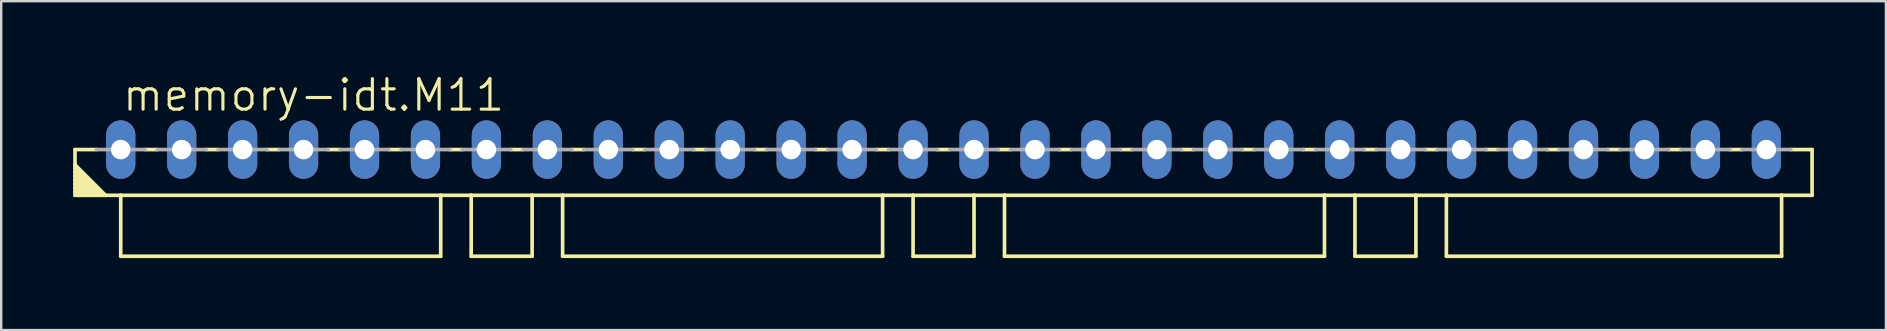
<source format=kicad_pcb>
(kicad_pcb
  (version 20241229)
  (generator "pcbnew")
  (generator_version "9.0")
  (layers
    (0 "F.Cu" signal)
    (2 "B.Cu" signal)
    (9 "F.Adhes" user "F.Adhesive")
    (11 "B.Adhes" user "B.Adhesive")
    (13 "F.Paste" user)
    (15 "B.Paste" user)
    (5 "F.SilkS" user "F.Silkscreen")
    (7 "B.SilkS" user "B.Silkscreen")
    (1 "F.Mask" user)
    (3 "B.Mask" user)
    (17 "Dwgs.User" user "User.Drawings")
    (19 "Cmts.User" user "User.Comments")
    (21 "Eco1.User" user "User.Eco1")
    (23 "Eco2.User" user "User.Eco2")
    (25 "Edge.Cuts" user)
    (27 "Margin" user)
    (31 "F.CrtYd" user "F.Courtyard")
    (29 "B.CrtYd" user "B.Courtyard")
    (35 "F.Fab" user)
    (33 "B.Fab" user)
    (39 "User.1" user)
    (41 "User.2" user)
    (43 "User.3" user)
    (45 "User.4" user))
  (footprint "memory-idt.M11"
    (layer "F.Cu")
    (at 36.271 4.454)
    (property "Reference" "memory-idt.M11" (at -34.29 -2.794 0) (layer "F.SilkS") (effects (font (size 1.27 1.27) (thickness 0.13)) (justify left bottom)))
    (attr through_hole)
    (fp_line (start -36.195 -1.27) (end -36.195 -0.635) (stroke (width 0.152) (type default)) (layer "F.SilkS"))
    (fp_line (start -36.195 -0.635) (end -36.195 -0.476) (stroke (width 0.152) (type default)) (layer "F.SilkS"))
    (fp_line (start -36.195 -0.635) (end -34.925 0.635) (stroke (width 0.152) (type default)) (layer "F.SilkS"))
    (fp_line (start -36.195 -0.476) (end -36.195 -0.318) (stroke (width 0.152) (type default)) (layer "F.SilkS"))
    (fp_line (start -36.195 -0.476) (end -35.084 0.635) (stroke (width 0.152) (type default)) (layer "F.SilkS"))
    (fp_line (start -36.195 -0.318) (end -36.195 -0.159) (stroke (width 0.152) (type default)) (layer "F.SilkS"))
    (fp_line (start -36.195 -0.318) (end -35.243 0.635) (stroke (width 0.152) (type default)) (layer "F.SilkS"))
    (fp_line (start -36.195 -0.159) (end -36.195 0) (stroke (width 0.152) (type default)) (layer "F.SilkS"))
    (fp_line (start -36.195 -0.159) (end -35.401 0.635) (stroke (width 0.152) (type default)) (layer "F.SilkS"))
    (fp_line (start -36.195 0) (end -36.195 0.159) (stroke (width 0.152) (type default)) (layer "F.SilkS"))
    (fp_line (start -36.195 0) (end -35.56 0.635) (stroke (width 0.152) (type default)) (layer "F.SilkS"))
    (fp_line (start -36.195 0.159) (end -36.195 0.318) (stroke (width 0.152) (type default)) (layer "F.SilkS"))
    (fp_line (start -36.195 0.159) (end -35.719 0.635) (stroke (width 0.152) (type default)) (layer "F.SilkS"))
    (fp_line (start -36.195 0.318) (end -36.195 0.476) (stroke (width 0.152) (type default)) (layer "F.SilkS"))
    (fp_line (start -36.195 0.318) (end -35.878 0.635) (stroke (width 0.152) (type default)) (layer "F.SilkS"))
    (fp_line (start -36.195 0.476) (end -36.195 0.635) (stroke (width 0.152) (type default)) (layer "F.SilkS"))
    (fp_line (start -36.195 0.476) (end -36.036 0.635) (stroke (width 0.152) (type default)) (layer "F.SilkS"))
    (fp_line (start -36.195 0.635) (end -36.036 0.635) (stroke (width 0.152) (type default)) (layer "F.SilkS"))
    (fp_line (start -36.036 0.635) (end -35.878 0.635) (stroke (width 0.152) (type default)) (layer "F.SilkS"))
    (fp_line (start -35.878 0.635) (end -35.719 0.635) (stroke (width 0.152) (type default)) (layer "F.SilkS"))
    (fp_line (start -35.719 0.635) (end -35.56 0.635) (stroke (width 0.152) (type default)) (layer "F.SilkS"))
    (fp_line (start -35.56 0.635) (end -35.401 0.635) (stroke (width 0.152) (type default)) (layer "F.SilkS"))
    (fp_line (start -35.401 0.635) (end -35.243 0.635) (stroke (width 0.152) (type default)) (layer "F.SilkS"))
    (fp_line (start -35.306 -1.27) (end -36.195 -1.27) (stroke (width 0.152) (type default)) (layer "F.SilkS"))
    (fp_line (start -35.243 0.635) (end -35.084 0.635) (stroke (width 0.152) (type default)) (layer "F.SilkS"))
    (fp_line (start -35.084 0.635) (end -34.925 0.635) (stroke (width 0.152) (type default)) (layer "F.SilkS"))
    (fp_line (start -34.925 0.635) (end -34.29 0.635) (stroke (width 0.152) (type default)) (layer "F.SilkS"))
    (fp_line (start -34.29 0.635) (end -34.29 3.175) (stroke (width 0.152) (type default)) (layer "F.SilkS"))
    (fp_line (start -34.29 0.635) (end -20.955 0.635) (stroke (width 0.152) (type default)) (layer "F.SilkS"))
    (fp_line (start -34.29 3.175) (end -20.955 3.175) (stroke (width 0.152) (type default)) (layer "F.SilkS"))
    (fp_line (start -33.274 -1.27) (end -32.766 -1.27) (stroke (width 0.152) (type default)) (layer "F.SilkS"))
    (fp_line (start -30.734 -1.27) (end -30.226 -1.27) (stroke (width 0.152) (type default)) (layer "F.SilkS"))
    (fp_line (start -28.194 -1.27) (end -27.686 -1.27) (stroke (width 0.152) (type default)) (layer "F.SilkS"))
    (fp_line (start -25.654 -1.27) (end -25.146 -1.27) (stroke (width 0.152) (type default)) (layer "F.SilkS"))
    (fp_line (start -23.114 -1.27) (end -22.606 -1.27) (stroke (width 0.152) (type default)) (layer "F.SilkS"))
    (fp_line (start -20.955 0.635) (end -19.685 0.635) (stroke (width 0.152) (type default)) (layer "F.SilkS"))
    (fp_line (start -20.955 3.175) (end -20.955 0.635) (stroke (width 0.152) (type default)) (layer "F.SilkS"))
    (fp_line (start -20.574 -1.27) (end -20.066 -1.27) (stroke (width 0.152) (type default)) (layer "F.SilkS"))
    (fp_line (start -19.685 0.635) (end -19.685 3.175) (stroke (width 0.152) (type default)) (layer "F.SilkS"))
    (fp_line (start -19.685 0.635) (end -17.145 0.635) (stroke (width 0.152) (type default)) (layer "F.SilkS"))
    (fp_line (start -19.685 3.175) (end -17.145 3.175) (stroke (width 0.152) (type default)) (layer "F.SilkS"))
    (fp_line (start -18.034 -1.27) (end -17.526 -1.27) (stroke (width 0.152) (type default)) (layer "F.SilkS"))
    (fp_line (start -17.145 0.635) (end -15.875 0.635) (stroke (width 0.152) (type default)) (layer "F.SilkS"))
    (fp_line (start -17.145 3.175) (end -17.145 0.635) (stroke (width 0.152) (type default)) (layer "F.SilkS"))
    (fp_line (start -15.875 0.635) (end -15.875 3.175) (stroke (width 0.152) (type default)) (layer "F.SilkS"))
    (fp_line (start -15.875 0.635) (end -2.54 0.635) (stroke (width 0.152) (type default)) (layer "F.SilkS"))
    (fp_line (start -15.875 3.175) (end -2.54 3.175) (stroke (width 0.152) (type default)) (layer "F.SilkS"))
    (fp_line (start -15.494 -1.27) (end -14.986 -1.27) (stroke (width 0.152) (type default)) (layer "F.SilkS"))
    (fp_line (start -12.954 -1.27) (end -12.446 -1.27) (stroke (width 0.152) (type default)) (layer "F.SilkS"))
    (fp_line (start -10.414 -1.27) (end -9.906 -1.27) (stroke (width 0.152) (type default)) (layer "F.SilkS"))
    (fp_line (start -7.874 -1.27) (end -7.366 -1.27) (stroke (width 0.152) (type default)) (layer "F.SilkS"))
    (fp_line (start -5.334 -1.27) (end -4.826 -1.27) (stroke (width 0.152) (type default)) (layer "F.SilkS"))
    (fp_line (start -2.794 -1.27) (end -2.286 -1.27) (stroke (width 0.152) (type default)) (layer "F.SilkS"))
    (fp_line (start -2.54 0.635) (end -1.27 0.635) (stroke (width 0.152) (type default)) (layer "F.SilkS"))
    (fp_line (start -2.54 3.175) (end -2.54 0.635) (stroke (width 0.152) (type default)) (layer "F.SilkS"))
    (fp_line (start -1.27 0.635) (end -1.27 3.175) (stroke (width 0.152) (type default)) (layer "F.SilkS"))
    (fp_line (start -1.27 0.635) (end 1.27 0.635) (stroke (width 0.152) (type default)) (layer "F.SilkS"))
    (fp_line (start -1.27 3.175) (end 1.27 3.175) (stroke (width 0.152) (type default)) (layer "F.SilkS"))
    (fp_line (start -0.254 -1.27) (end 0.254 -1.27) (stroke (width 0.152) (type default)) (layer "F.SilkS"))
    (fp_line (start 1.27 0.635) (end 2.54 0.635) (stroke (width 0.152) (type default)) (layer "F.SilkS"))
    (fp_line (start 1.27 3.175) (end 1.27 0.635) (stroke (width 0.152) (type default)) (layer "F.SilkS"))
    (fp_line (start 2.286 -1.27) (end 2.794 -1.27) (stroke (width 0.152) (type default)) (layer "F.SilkS"))
    (fp_line (start 2.54 0.635) (end 2.54 3.175) (stroke (width 0.152) (type default)) (layer "F.SilkS"))
    (fp_line (start 2.54 0.635) (end 15.875 0.635) (stroke (width 0.152) (type default)) (layer "F.SilkS"))
    (fp_line (start 2.54 3.175) (end 15.875 3.175) (stroke (width 0.152) (type default)) (layer "F.SilkS"))
    (fp_line (start 4.826 -1.27) (end 5.334 -1.27) (stroke (width 0.152) (type default)) (layer "F.SilkS"))
    (fp_line (start 7.366 -1.27) (end 7.874 -1.27) (stroke (width 0.152) (type default)) (layer "F.SilkS"))
    (fp_line (start 9.906 -1.27) (end 10.414 -1.27) (stroke (width 0.152) (type default)) (layer "F.SilkS"))
    (fp_line (start 12.446 -1.27) (end 12.954 -1.27) (stroke (width 0.152) (type default)) (layer "F.SilkS"))
    (fp_line (start 14.986 -1.27) (end 15.494 -1.27) (stroke (width 0.152) (type default)) (layer "F.SilkS"))
    (fp_line (start 15.875 0.635) (end 17.145 0.635) (stroke (width 0.152) (type default)) (layer "F.SilkS"))
    (fp_line (start 15.875 3.175) (end 15.875 0.635) (stroke (width 0.152) (type default)) (layer "F.SilkS"))
    (fp_line (start 17.145 0.635) (end 17.145 3.175) (stroke (width 0.152) (type default)) (layer "F.SilkS"))
    (fp_line (start 17.145 0.635) (end 19.685 0.635) (stroke (width 0.152) (type default)) (layer "F.SilkS"))
    (fp_line (start 17.145 3.175) (end 19.685 3.175) (stroke (width 0.152) (type default)) (layer "F.SilkS"))
    (fp_line (start 17.526 -1.27) (end 18.034 -1.27) (stroke (width 0.152) (type default)) (layer "F.SilkS"))
    (fp_line (start 19.685 0.635) (end 20.955 0.635) (stroke (width 0.152) (type default)) (layer "F.SilkS"))
    (fp_line (start 19.685 3.175) (end 19.685 0.635) (stroke (width 0.152) (type default)) (layer "F.SilkS"))
    (fp_line (start 20.066 -1.27) (end 20.574 -1.27) (stroke (width 0.152) (type default)) (layer "F.SilkS"))
    (fp_line (start 20.955 0.635) (end 34.925 0.635) (stroke (width 0.152) (type default)) (layer "F.SilkS"))
    (fp_line (start 20.955 3.175) (end 20.955 0.635) (stroke (width 0.152) (type default)) (layer "F.SilkS"))
    (fp_line (start 22.606 -1.27) (end 23.114 -1.27) (stroke (width 0.152) (type default)) (layer "F.SilkS"))
    (fp_line (start 25.146 -1.27) (end 25.654 -1.27) (stroke (width 0.152) (type default)) (layer "F.SilkS"))
    (fp_line (start 27.686 -1.27) (end 28.194 -1.27) (stroke (width 0.152) (type default)) (layer "F.SilkS"))
    (fp_line (start 30.226 -1.27) (end 30.734 -1.27) (stroke (width 0.152) (type default)) (layer "F.SilkS"))
    (fp_line (start 32.766 -1.27) (end 33.274 -1.27) (stroke (width 0.152) (type default)) (layer "F.SilkS"))
    (fp_line (start 34.925 0.635) (end 34.925 3.175) (stroke (width 0.152) (type default)) (layer "F.SilkS"))
    (fp_line (start 34.925 0.635) (end 36.195 0.635) (stroke (width 0.152) (type default)) (layer "F.SilkS"))
    (fp_line (start 34.925 3.175) (end 20.955 3.175) (stroke (width 0.152) (type default)) (layer "F.SilkS"))
    (fp_line (start 35.306 -1.27) (end 36.195 -1.27) (stroke (width 0.152) (type default)) (layer "F.SilkS"))
    (fp_line (start 36.195 0.635) (end 36.195 -1.27) (stroke (width 0.152) (type default)) (layer "F.SilkS"))
    (fp_line (start -35.306 -1.27) (end -33.274 -1.27) (stroke (width 0.152) (type default)) (layer "F.Fab"))
    (fp_line (start -32.766 -1.27) (end -30.734 -1.27) (stroke (width 0.152) (type default)) (layer "F.Fab"))
    (fp_line (start -30.226 -1.27) (end -28.194 -1.27) (stroke (width 0.152) (type default)) (layer "F.Fab"))
    (fp_line (start -27.686 -1.27) (end -25.654 -1.27) (stroke (width 0.152) (type default)) (layer "F.Fab"))
    (fp_line (start -25.146 -1.27) (end -23.114 -1.27) (stroke (width 0.152) (type default)) (layer "F.Fab"))
    (fp_line (start -22.606 -1.27) (end -20.574 -1.27) (stroke (width 0.152) (type default)) (layer "F.Fab"))
    (fp_line (start -20.066 -1.27) (end -18.034 -1.27) (stroke (width 0.152) (type default)) (layer "F.Fab"))
    (fp_line (start -17.526 -1.27) (end -15.494 -1.27) (stroke (width 0.152) (type default)) (layer "F.Fab"))
    (fp_line (start -14.986 -1.27) (end -12.954 -1.27) (stroke (width 0.152) (type default)) (layer "F.Fab"))
    (fp_line (start -12.446 -1.27) (end -10.414 -1.27) (stroke (width 0.152) (type default)) (layer "F.Fab"))
    (fp_line (start -9.906 -1.27) (end -7.874 -1.27) (stroke (width 0.152) (type default)) (layer "F.Fab"))
    (fp_line (start -7.366 -1.27) (end -5.334 -1.27) (stroke (width 0.152) (type default)) (layer "F.Fab"))
    (fp_line (start -4.826 -1.27) (end -2.794 -1.27) (stroke (width 0.152) (type default)) (layer "F.Fab"))
    (fp_line (start -2.286 -1.27) (end -0.254 -1.27) (stroke (width 0.152) (type default)) (layer "F.Fab"))
    (fp_line (start 0.254 -1.27) (end 2.286 -1.27) (stroke (width 0.152) (type default)) (layer "F.Fab"))
    (fp_line (start 2.794 -1.27) (end 4.826 -1.27) (stroke (width 0.152) (type default)) (layer "F.Fab"))
    (fp_line (start 5.334 -1.27) (end 7.366 -1.27) (stroke (width 0.152) (type default)) (layer "F.Fab"))
    (fp_line (start 7.874 -1.27) (end 9.906 -1.27) (stroke (width 0.152) (type default)) (layer "F.Fab"))
    (fp_line (start 10.414 -1.27) (end 12.446 -1.27) (stroke (width 0.152) (type default)) (layer "F.Fab"))
    (fp_line (start 12.954 -1.27) (end 14.986 -1.27) (stroke (width 0.152) (type default)) (layer "F.Fab"))
    (fp_line (start 15.494 -1.27) (end 17.526 -1.27) (stroke (width 0.152) (type default)) (layer "F.Fab"))
    (fp_line (start 18.034 -1.27) (end 20.066 -1.27) (stroke (width 0.152) (type default)) (layer "F.Fab"))
    (fp_line (start 20.574 -1.27) (end 22.606 -1.27) (stroke (width 0.152) (type default)) (layer "F.Fab"))
    (fp_line (start 23.114 -1.27) (end 25.146 -1.27) (stroke (width 0.152) (type default)) (layer "F.Fab"))
    (fp_line (start 25.654 -1.27) (end 27.686 -1.27) (stroke (width 0.152) (type default)) (layer "F.Fab"))
    (fp_line (start 28.194 -1.27) (end 30.226 -1.27) (stroke (width 0.152) (type default)) (layer "F.Fab"))
    (fp_line (start 30.734 -1.27) (end 32.766 -1.27) (stroke (width 0.152) (type default)) (layer "F.Fab"))
    (fp_line (start 33.274 -1.27) (end 35.306 -1.27) (stroke (width 0.152) (type default)) (layer "F.Fab"))
    (pad "1" thru_hole oval (at -34.29 -1.27 90) (size 2.438 1.219) (drill 0.813) (layers "*.Cu" "*.Mask"))
    (pad "2" thru_hole oval (at -31.75 -1.27 90) (size 2.438 1.219) (drill 0.813) (layers "*.Cu" "*.Mask"))
    (pad "3" thru_hole oval (at -29.21 -1.27 90) (size 2.438 1.219) (drill 0.813) (layers "*.Cu" "*.Mask"))
    (pad "4" thru_hole oval (at -26.67 -1.27 90) (size 2.438 1.219) (drill 0.813) (layers "*.Cu" "*.Mask"))
    (pad "5" thru_hole oval (at -24.13 -1.27 90) (size 2.438 1.219) (drill 0.813) (layers "*.Cu" "*.Mask"))
    (pad "6" thru_hole oval (at -21.59 -1.27 90) (size 2.438 1.219) (drill 0.813) (layers "*.Cu" "*.Mask"))
    (pad "7" thru_hole oval (at -19.05 -1.27 90) (size 2.438 1.219) (drill 0.813) (layers "*.Cu" "*.Mask"))
    (pad "8" thru_hole oval (at -16.51 -1.27 90) (size 2.438 1.219) (drill 0.813) (layers "*.Cu" "*.Mask"))
    (pad "9" thru_hole oval (at -13.97 -1.27 90) (size 2.438 1.219) (drill 0.813) (layers "*.Cu" "*.Mask"))
    (pad "10" thru_hole oval (at -11.43 -1.27 90) (size 2.438 1.219) (drill 0.813) (layers "*.Cu" "*.Mask"))
    (pad "11" thru_hole oval (at -8.89 -1.27 90) (size 2.438 1.219) (drill 0.813) (layers "*.Cu" "*.Mask"))
    (pad "12" thru_hole oval (at -6.35 -1.27 90) (size 2.438 1.219) (drill 0.813) (layers "*.Cu" "*.Mask"))
    (pad "13" thru_hole oval (at -3.81 -1.27 90) (size 2.438 1.219) (drill 0.813) (layers "*.Cu" "*.Mask"))
    (pad "14" thru_hole oval (at -1.27 -1.27 90) (size 2.438 1.219) (drill 0.813) (layers "*.Cu" "*.Mask"))
    (pad "15" thru_hole oval (at 1.27 -1.27 90) (size 2.438 1.219) (drill 0.813) (layers "*.Cu" "*.Mask"))
    (pad "16" thru_hole oval (at 3.81 -1.27 90) (size 2.438 1.219) (drill 0.813) (layers "*.Cu" "*.Mask"))
    (pad "17" thru_hole oval (at 6.35 -1.27 90) (size 2.438 1.219) (drill 0.813) (layers "*.Cu" "*.Mask"))
    (pad "18" thru_hole oval (at 8.89 -1.27 90) (size 2.438 1.219) (drill 0.813) (layers "*.Cu" "*.Mask"))
    (pad "19" thru_hole oval (at 11.43 -1.27 90) (size 2.438 1.219) (drill 0.813) (layers "*.Cu" "*.Mask"))
    (pad "20" thru_hole oval (at 13.97 -1.27 90) (size 2.438 1.219) (drill 0.813) (layers "*.Cu" "*.Mask"))
    (pad "21" thru_hole oval (at 16.51 -1.27 90) (size 2.438 1.219) (drill 0.813) (layers "*.Cu" "*.Mask"))
    (pad "22" thru_hole oval (at 19.05 -1.27 90) (size 2.438 1.219) (drill 0.813) (layers "*.Cu" "*.Mask"))
    (pad "23" thru_hole oval (at 21.59 -1.27 90) (size 2.438 1.219) (drill 0.813) (layers "*.Cu" "*.Mask"))
    (pad "24" thru_hole oval (at 24.13 -1.27 90) (size 2.438 1.219) (drill 0.813) (layers "*.Cu" "*.Mask"))
    (pad "25" thru_hole oval (at 26.67 -1.27 90) (size 2.438 1.219) (drill 0.813) (layers "*.Cu" "*.Mask"))
    (pad "26" thru_hole oval (at 29.21 -1.27 90) (size 2.438 1.219) (drill 0.813) (layers "*.Cu" "*.Mask"))
    (pad "27" thru_hole oval (at 31.75 -1.27 90) (size 2.438 1.219) (drill 0.813) (layers "*.Cu" "*.Mask"))
    (pad "28" thru_hole oval (at 34.29 -1.27 90) (size 2.438 1.219) (drill 0.813) (layers "*.Cu" "*.Mask")))
  (gr_rect
    (start -3 -3)
    (end 75.542 10.705)
    (stroke (width 0.1) (type default))
    (fill no)
    (layer "Edge.Cuts")))
</source>
